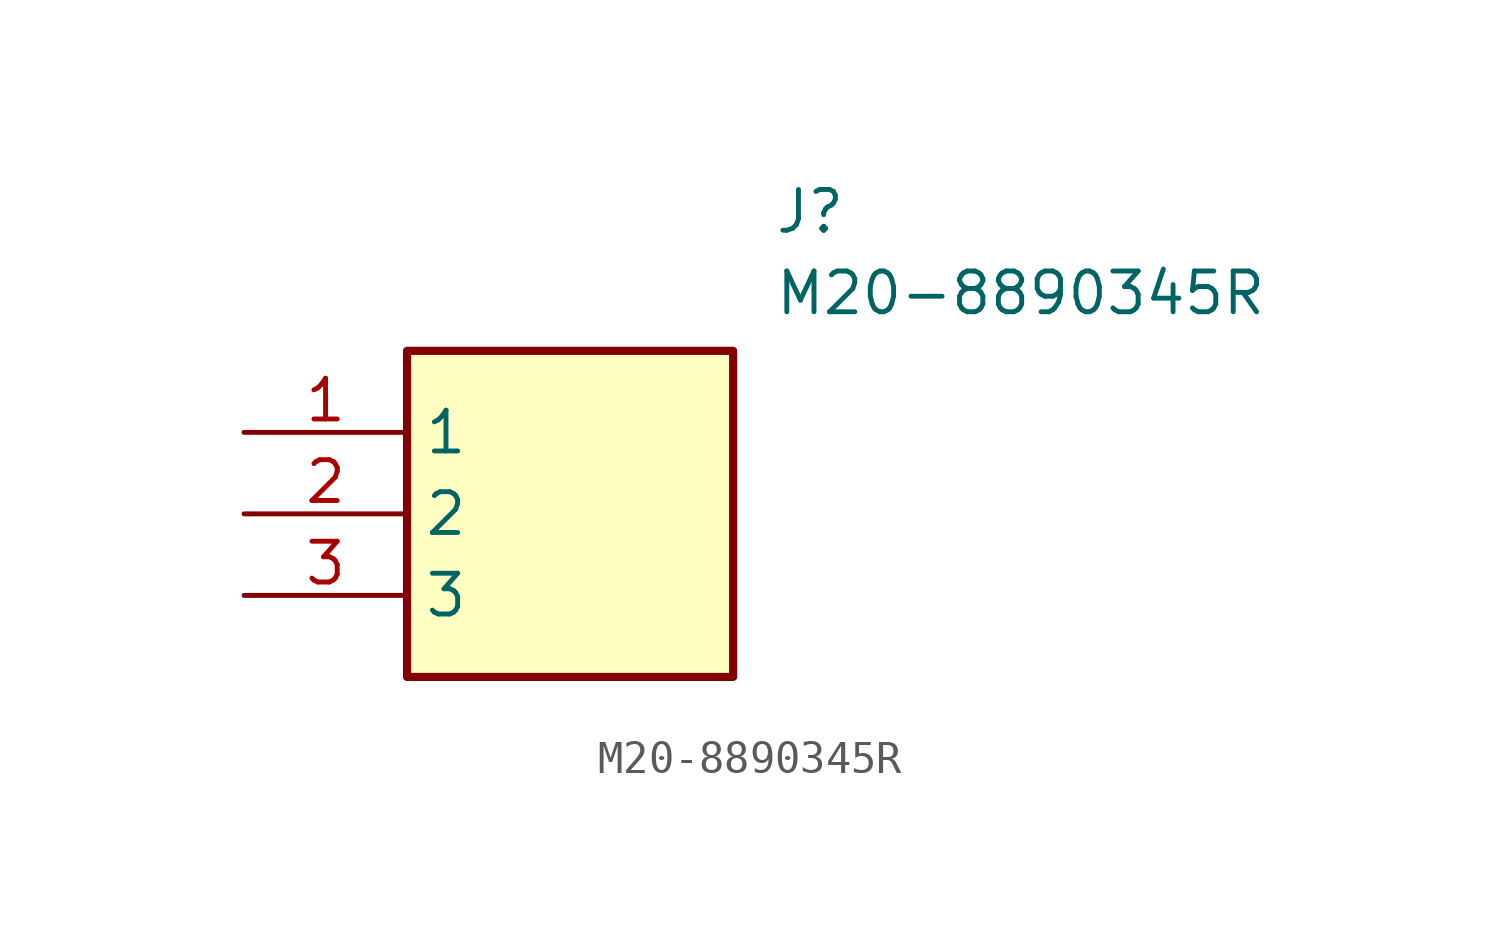
<source format=kicad_sym>
(kicad_symbol_lib
  (version 20211014)
  (generator SamacSys_ECAD_Model)
  (symbol "M20-8890345R"
    (property "Reference" "J"
      (at 16.51 7.62 0)
      (effects (font (size 1.27 1.27)) (justify left top)))
    (property "Value" "M20-8890345R"
      (at 16.51 5.08 0)
      (effects (font (size 1.27 1.27)) (justify left top)))
    (rectangle
      (start 5.08 2.54)
      (end 15.24 -7.62)
      (stroke (width 0.254) (type default))
      (fill (type background)))
    (pin passive line
      (at 0 0 0)
      (length 5.08)
      (name "1" (effects (font (size 1.27 1.27))))
      (number "1" (effects (font (size 1.27 1.27)))))
    (pin passive line
      (at 0 -2.54 0)
      (length 5.08)
      (name "2" (effects (font (size 1.27 1.27))))
      (number "2" (effects (font (size 1.27 1.27)))))
    (pin passive line
      (at 0 -5.08 0)
      (length 5.08)
      (name "3" (effects (font (size 1.27 1.27))))
      (number "3" (effects (font (size 1.27 1.27)))))))
</source>
